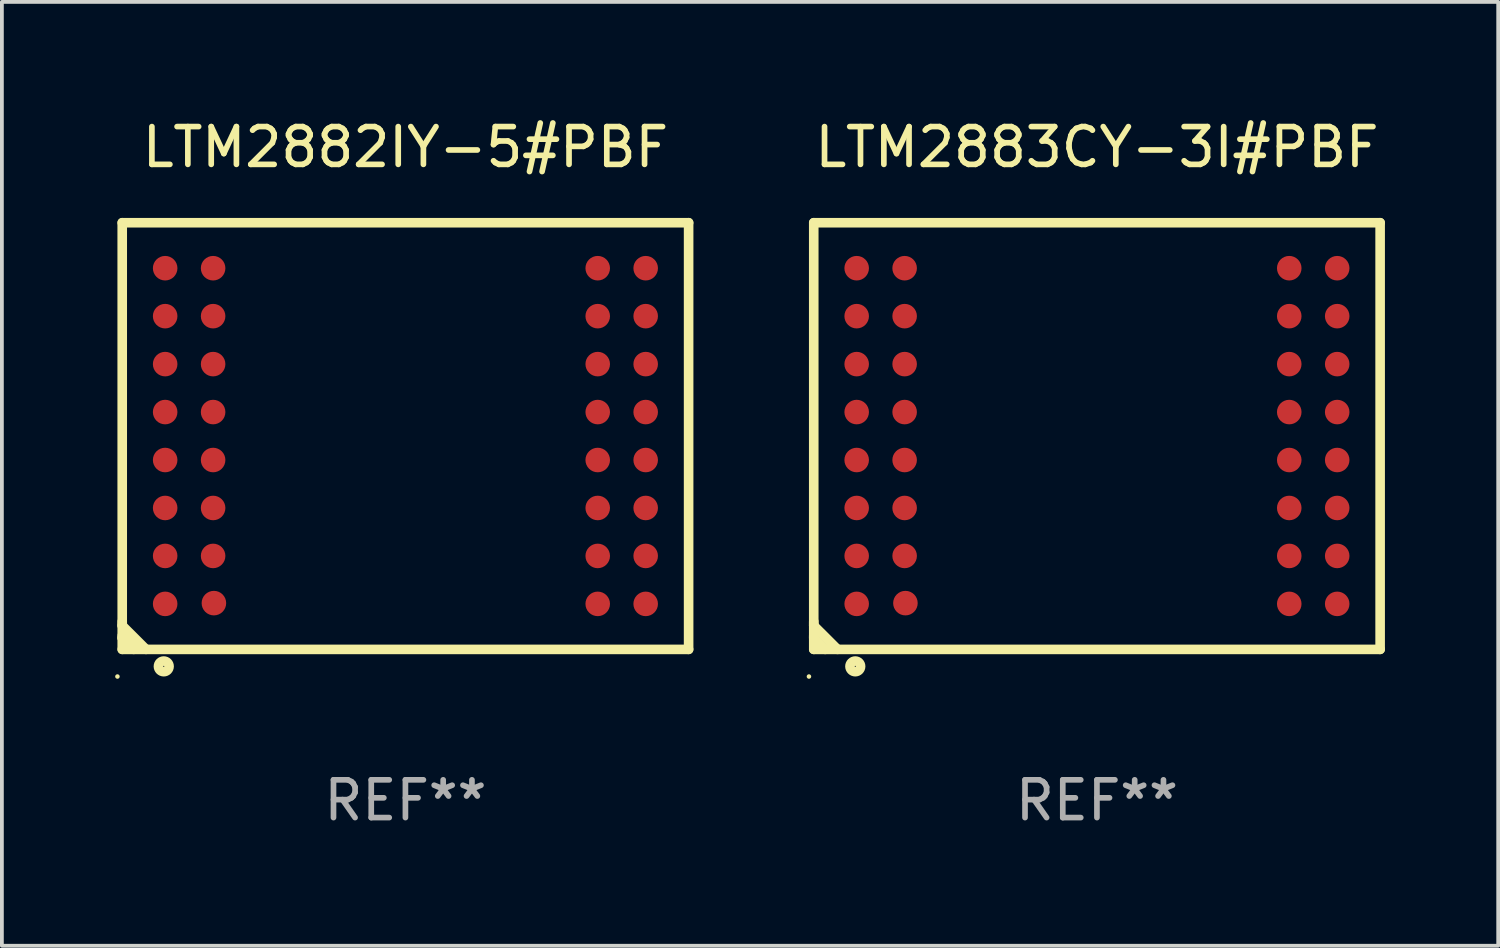
<source format=kicad_pcb>
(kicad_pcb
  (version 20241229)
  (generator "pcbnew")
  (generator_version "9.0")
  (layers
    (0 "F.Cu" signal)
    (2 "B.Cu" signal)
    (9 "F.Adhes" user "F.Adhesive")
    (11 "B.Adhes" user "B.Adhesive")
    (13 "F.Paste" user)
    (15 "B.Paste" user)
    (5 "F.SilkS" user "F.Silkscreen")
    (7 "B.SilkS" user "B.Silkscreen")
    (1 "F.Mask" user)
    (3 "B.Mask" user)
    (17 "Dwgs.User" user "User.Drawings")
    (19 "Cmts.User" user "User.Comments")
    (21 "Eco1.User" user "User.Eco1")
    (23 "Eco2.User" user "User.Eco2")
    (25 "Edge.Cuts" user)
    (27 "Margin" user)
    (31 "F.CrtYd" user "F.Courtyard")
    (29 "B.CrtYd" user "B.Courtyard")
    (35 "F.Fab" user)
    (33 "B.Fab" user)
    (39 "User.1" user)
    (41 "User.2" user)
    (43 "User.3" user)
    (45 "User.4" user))
  (footprint "LTM2883CY-3I#PBF"
    (layer "F.Cu")
    (at 26.001 8.498)
    (property "Reference" "LTM2883CY-3I#PBF" (at 0 -7.65 0) (layer "F.SilkS") (effects (font (size 1 1) (thickness 0.15))))
    (attr through_hole)
    (fp_line (start -7.5 -5.65) (end -7.5 5.65) (stroke (width 0.254) (type solid)) (layer "F.SilkS"))
    (fp_line (start -7.5 -5.65) (end 7.5 -5.65) (stroke (width 0.254) (type solid)) (layer "F.SilkS"))
    (fp_line (start -7.5 4.911) (end -7.5 5.02) (stroke (width 0.254) (type solid)) (layer "F.SilkS"))
    (fp_line (start -7.5 5.02) (end -6.87 5.65) (stroke (width 0.254) (type solid)) (layer "F.SilkS"))
    (fp_line (start -7.5 5.286) (end -7.5 5.347) (stroke (width 0.254) (type solid)) (layer "F.SilkS"))
    (fp_line (start -7.5 5.347) (end -7.197 5.65) (stroke (width 0.254) (type solid)) (layer "F.SilkS"))
    (fp_line (start -7.5 5.65) (end 7.5 5.65) (stroke (width 0.254) (type solid)) (layer "F.SilkS"))
    (fp_line (start 7.5 -5.65) (end 7.5 5.65) (stroke (width 0.254) (type solid)) (layer "F.SilkS"))
    (fp_circle (center -7.627 6.369) (end -7.597 6.369) (stroke (width 0.06) (type solid)) (fill no) (layer "F.SilkS"))
    (fp_circle (center -6.4 6.1) (end -6.259 6.1) (stroke (width 0.254) (type solid)) (fill no) (layer "F.SilkS"))
    (fp_text user "REF**" (at 0 9.65 0) (layer "F.Fab") (effects (font (size 1 1) (thickness 0.15))))
    (pad "A1" smd circle (at -6.363 4.445) (size 0.65 0.65) (layers "F.Cu" "F.Mask" "F.Paste"))
    (pad "A2" smd circle (at -6.363 3.175) (size 0.65 0.65) (layers "F.Cu" "F.Mask" "F.Paste"))
    (pad "A3" smd circle (at -6.363 1.905) (size 0.65 0.65) (layers "F.Cu" "F.Mask" "F.Paste"))
    (pad "A4" smd circle (at -6.363 0.635) (size 0.65 0.65) (layers "F.Cu" "F.Mask" "F.Paste"))
    (pad "A5" smd circle (at -6.363 -0.635) (size 0.65 0.65) (layers "F.Cu" "F.Mask" "F.Paste"))
    (pad "A6" smd circle (at -6.363 -1.905) (size 0.65 0.65) (layers "F.Cu" "F.Mask" "F.Paste"))
    (pad "A7" smd circle (at -6.363 -3.175) (size 0.65 0.65) (layers "F.Cu" "F.Mask" "F.Paste"))
    (pad "A8" smd circle (at -6.363 -4.445) (size 0.65 0.65) (layers "F.Cu" "F.Mask" "F.Paste"))
    (pad "B1" smd circle (at -5.072 4.425) (size 0.65 0.65) (layers "F.Cu" "F.Mask" "F.Paste"))
    (pad "B2" smd circle (at -5.093 3.175) (size 0.65 0.65) (layers "F.Cu" "F.Mask" "F.Paste"))
    (pad "B3" smd circle (at -5.093 1.905) (size 0.65 0.65) (layers "F.Cu" "F.Mask" "F.Paste"))
    (pad "B4" smd circle (at -5.093 0.635) (size 0.65 0.65) (layers "F.Cu" "F.Mask" "F.Paste"))
    (pad "B5" smd circle (at -5.093 -0.635) (size 0.65 0.65) (layers "F.Cu" "F.Mask" "F.Paste"))
    (pad "B6" smd circle (at -5.093 -1.905) (size 0.65 0.65) (layers "F.Cu" "F.Mask" "F.Paste"))
    (pad "B7" smd circle (at -5.093 -3.175) (size 0.65 0.65) (layers "F.Cu" "F.Mask" "F.Paste"))
    (pad "B8" smd circle (at -5.093 -4.445) (size 0.65 0.65) (layers "F.Cu" "F.Mask" "F.Paste"))
    (pad "K1" smd circle (at 5.093 4.445) (size 0.65 0.65) (layers "F.Cu" "F.Mask" "F.Paste"))
    (pad "K2" smd circle (at 5.093 3.175) (size 0.65 0.65) (layers "F.Cu" "F.Mask" "F.Paste"))
    (pad "K3" smd circle (at 5.093 1.905) (size 0.65 0.65) (layers "F.Cu" "F.Mask" "F.Paste"))
    (pad "K4" smd circle (at 5.093 0.635) (size 0.65 0.65) (layers "F.Cu" "F.Mask" "F.Paste"))
    (pad "K5" smd circle (at 5.093 -0.635) (size 0.65 0.65) (layers "F.Cu" "F.Mask" "F.Paste"))
    (pad "K6" smd circle (at 5.093 -1.905) (size 0.65 0.65) (layers "F.Cu" "F.Mask" "F.Paste"))
    (pad "K7" smd circle (at 5.093 -3.175) (size 0.65 0.65) (layers "F.Cu" "F.Mask" "F.Paste"))
    (pad "K8" smd circle (at 5.093 -4.445) (size 0.65 0.65) (layers "F.Cu" "F.Mask" "F.Paste"))
    (pad "L1" smd circle (at 6.363 4.445) (size 0.65 0.65) (layers "F.Cu" "F.Mask" "F.Paste"))
    (pad "L2" smd circle (at 6.363 3.175) (size 0.65 0.65) (layers "F.Cu" "F.Mask" "F.Paste"))
    (pad "L3" smd circle (at 6.363 1.905) (size 0.65 0.65) (layers "F.Cu" "F.Mask" "F.Paste"))
    (pad "L4" smd circle (at 6.363 0.635) (size 0.65 0.65) (layers "F.Cu" "F.Mask" "F.Paste"))
    (pad "L5" smd circle (at 6.363 -0.635) (size 0.65 0.65) (layers "F.Cu" "F.Mask" "F.Paste"))
    (pad "L6" smd circle (at 6.363 -1.905) (size 0.65 0.65) (layers "F.Cu" "F.Mask" "F.Paste"))
    (pad "L7" smd circle (at 6.363 -3.175) (size 0.65 0.65) (layers "F.Cu" "F.Mask" "F.Paste"))
    (pad "L8" smd circle (at 6.363 -4.445) (size 0.65 0.65) (layers "F.Cu" "F.Mask" "F.Paste")))
  (footprint "LTM2882IY-5#PBF"
    (layer "F.Cu")
    (at 7.687 8.498)
    (property "Reference" "LTM2882IY-5#PBF" (at 0 -7.65 0) (layer "F.SilkS") (effects (font (size 1 1) (thickness 0.15))))
    (attr through_hole)
    (fp_line (start -7.5 -5.65) (end -7.5 5.65) (stroke (width 0.254) (type solid)) (layer "F.SilkS"))
    (fp_line (start -7.5 -5.65) (end 7.5 -5.65) (stroke (width 0.254) (type solid)) (layer "F.SilkS"))
    (fp_line (start -7.5 4.911) (end -7.5 5.02) (stroke (width 0.254) (type solid)) (layer "F.SilkS"))
    (fp_line (start -7.5 5.02) (end -6.87 5.65) (stroke (width 0.254) (type solid)) (layer "F.SilkS"))
    (fp_line (start -7.5 5.286) (end -7.5 5.347) (stroke (width 0.254) (type solid)) (layer "F.SilkS"))
    (fp_line (start -7.5 5.347) (end -7.197 5.65) (stroke (width 0.254) (type solid)) (layer "F.SilkS"))
    (fp_line (start -7.5 5.65) (end 7.5 5.65) (stroke (width 0.254) (type solid)) (layer "F.SilkS"))
    (fp_line (start 7.5 -5.65) (end 7.5 5.65) (stroke (width 0.254) (type solid)) (layer "F.SilkS"))
    (fp_circle (center -7.627 6.369) (end -7.597 6.369) (stroke (width 0.06) (type solid)) (fill no) (layer "F.SilkS"))
    (fp_circle (center -6.4 6.1) (end -6.259 6.1) (stroke (width 0.254) (type solid)) (fill no) (layer "F.SilkS"))
    (fp_text user "REF**" (at 0 9.65 0) (layer "F.Fab") (effects (font (size 1 1) (thickness 0.15))))
    (pad "A1" smd circle (at -6.363 4.445) (size 0.65 0.65) (layers "F.Cu" "F.Mask" "F.Paste"))
    (pad "A2" smd circle (at -6.363 3.175) (size 0.65 0.65) (layers "F.Cu" "F.Mask" "F.Paste"))
    (pad "A3" smd circle (at -6.363 1.905) (size 0.65 0.65) (layers "F.Cu" "F.Mask" "F.Paste"))
    (pad "A4" smd circle (at -6.363 0.635) (size 0.65 0.65) (layers "F.Cu" "F.Mask" "F.Paste"))
    (pad "A5" smd circle (at -6.363 -0.635) (size 0.65 0.65) (layers "F.Cu" "F.Mask" "F.Paste"))
    (pad "A6" smd circle (at -6.363 -1.905) (size 0.65 0.65) (layers "F.Cu" "F.Mask" "F.Paste"))
    (pad "A7" smd circle (at -6.363 -3.175) (size 0.65 0.65) (layers "F.Cu" "F.Mask" "F.Paste"))
    (pad "A8" smd circle (at -6.363 -4.445) (size 0.65 0.65) (layers "F.Cu" "F.Mask" "F.Paste"))
    (pad "B1" smd circle (at -5.072 4.425) (size 0.65 0.65) (layers "F.Cu" "F.Mask" "F.Paste"))
    (pad "B2" smd circle (at -5.093 3.175) (size 0.65 0.65) (layers "F.Cu" "F.Mask" "F.Paste"))
    (pad "B3" smd circle (at -5.093 1.905) (size 0.65 0.65) (layers "F.Cu" "F.Mask" "F.Paste"))
    (pad "B4" smd circle (at -5.093 0.635) (size 0.65 0.65) (layers "F.Cu" "F.Mask" "F.Paste"))
    (pad "B5" smd circle (at -5.093 -0.635) (size 0.65 0.65) (layers "F.Cu" "F.Mask" "F.Paste"))
    (pad "B6" smd circle (at -5.093 -1.905) (size 0.65 0.65) (layers "F.Cu" "F.Mask" "F.Paste"))
    (pad "B7" smd circle (at -5.093 -3.175) (size 0.65 0.65) (layers "F.Cu" "F.Mask" "F.Paste"))
    (pad "B8" smd circle (at -5.093 -4.445) (size 0.65 0.65) (layers "F.Cu" "F.Mask" "F.Paste"))
    (pad "K1" smd circle (at 5.093 4.445) (size 0.65 0.65) (layers "F.Cu" "F.Mask" "F.Paste"))
    (pad "K2" smd circle (at 5.093 3.175) (size 0.65 0.65) (layers "F.Cu" "F.Mask" "F.Paste"))
    (pad "K3" smd circle (at 5.093 1.905) (size 0.65 0.65) (layers "F.Cu" "F.Mask" "F.Paste"))
    (pad "K4" smd circle (at 5.093 0.635) (size 0.65 0.65) (layers "F.Cu" "F.Mask" "F.Paste"))
    (pad "K5" smd circle (at 5.093 -0.635) (size 0.65 0.65) (layers "F.Cu" "F.Mask" "F.Paste"))
    (pad "K6" smd circle (at 5.093 -1.905) (size 0.65 0.65) (layers "F.Cu" "F.Mask" "F.Paste"))
    (pad "K7" smd circle (at 5.093 -3.175) (size 0.65 0.65) (layers "F.Cu" "F.Mask" "F.Paste"))
    (pad "K8" smd circle (at 5.093 -4.445) (size 0.65 0.65) (layers "F.Cu" "F.Mask" "F.Paste"))
    (pad "L1" smd circle (at 6.363 4.445) (size 0.65 0.65) (layers "F.Cu" "F.Mask" "F.Paste"))
    (pad "L2" smd circle (at 6.363 3.175) (size 0.65 0.65) (layers "F.Cu" "F.Mask" "F.Paste"))
    (pad "L3" smd circle (at 6.363 1.905) (size 0.65 0.65) (layers "F.Cu" "F.Mask" "F.Paste"))
    (pad "L4" smd circle (at 6.363 0.635) (size 0.65 0.65) (layers "F.Cu" "F.Mask" "F.Paste"))
    (pad "L5" smd circle (at 6.363 -0.635) (size 0.65 0.65) (layers "F.Cu" "F.Mask" "F.Paste"))
    (pad "L6" smd circle (at 6.363 -1.905) (size 0.65 0.65) (layers "F.Cu" "F.Mask" "F.Paste"))
    (pad "L7" smd circle (at 6.363 -3.175) (size 0.65 0.65) (layers "F.Cu" "F.Mask" "F.Paste"))
    (pad "L8" smd circle (at 6.363 -4.445) (size 0.65 0.65) (layers "F.Cu" "F.Mask" "F.Paste")))
  (gr_rect
    (start -3 -3)
    (end 36.628 21.997)
    (stroke (width 0.1) (type default))
    (fill no)
    (layer "Edge.Cuts")))
</source>
